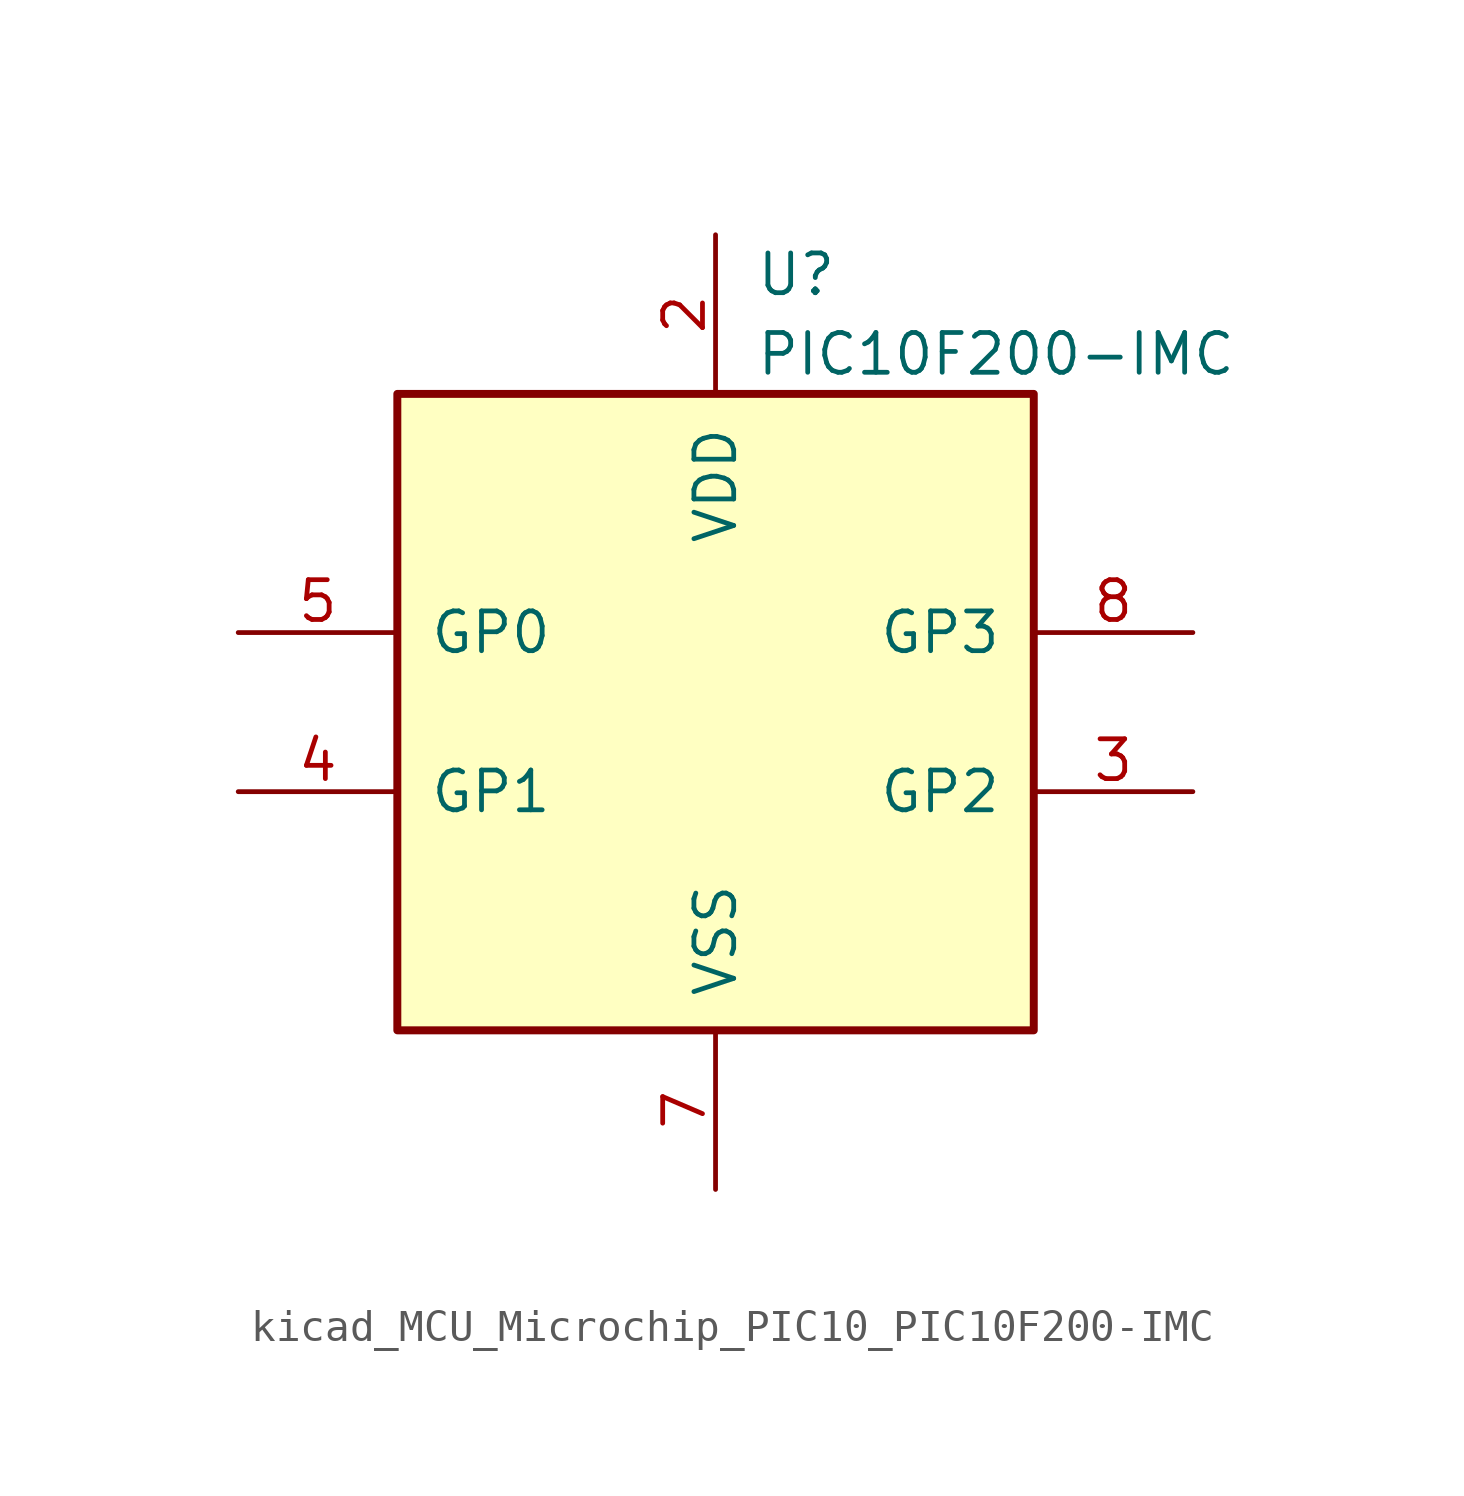
<source format=kicad_sym>
(kicad_symbol_lib
  (version 20220914)
  (generator kicad_symbol_editor)
  (symbol "kicad_MCU_Microchip_PIC10_PIC10F200-IMC"
    (pin_names
      (offset 1.016))
    (property "Reference" "U"
      (at 1.27 13.97 0)
      (effects (font (size 1.27 1.27)) (justify left)))
    (property "Value" "PIC10F200-IMC"
      (at 1.27 11.43 0)
      (effects (font (size 1.27 1.27)) (justify left)))
    (symbol "kicad_MCU_Microchip_PIC10_PIC10F200-IMC_0_1"
      (rectangle (start -10.16 10.16) (end 10.16 -10.16) (stroke (width 0.254) (type default)) (fill (type background))))
    (symbol "kicad_MCU_Microchip_PIC10_PIC10F200-IMC_1_1"
      (pin power_in line (at 0 15.24 270) (length 5.08) (name "VDD" (effects (font (size 1.27 1.27)))) (number "2" (effects (font (size 1.27 1.27)))))
      (pin bidirectional line (at 15.24 -2.54 180) (length 5.08) (name "GP2" (effects (font (size 1.27 1.27)))) (number "3" (effects (font (size 1.27 1.27)))))
      (pin bidirectional line (at -15.24 -2.54 0) (length 5.08) (name "GP1" (effects (font (size 1.27 1.27)))) (number "4" (effects (font (size 1.27 1.27)))))
      (pin bidirectional line (at -15.24 2.54 0) (length 5.08) (name "GP0" (effects (font (size 1.27 1.27)))) (number "5" (effects (font (size 1.27 1.27)))))
      (pin power_in line (at 0 -15.24 90) (length 5.08) (name "VSS" (effects (font (size 1.27 1.27)))) (number "7" (effects (font (size 1.27 1.27)))))
      (pin input line (at 15.24 2.54 180) (length 5.08) (name "GP3" (effects (font (size 1.27 1.27)))) (number "8" (effects (font (size 1.27 1.27))))))))
</source>
